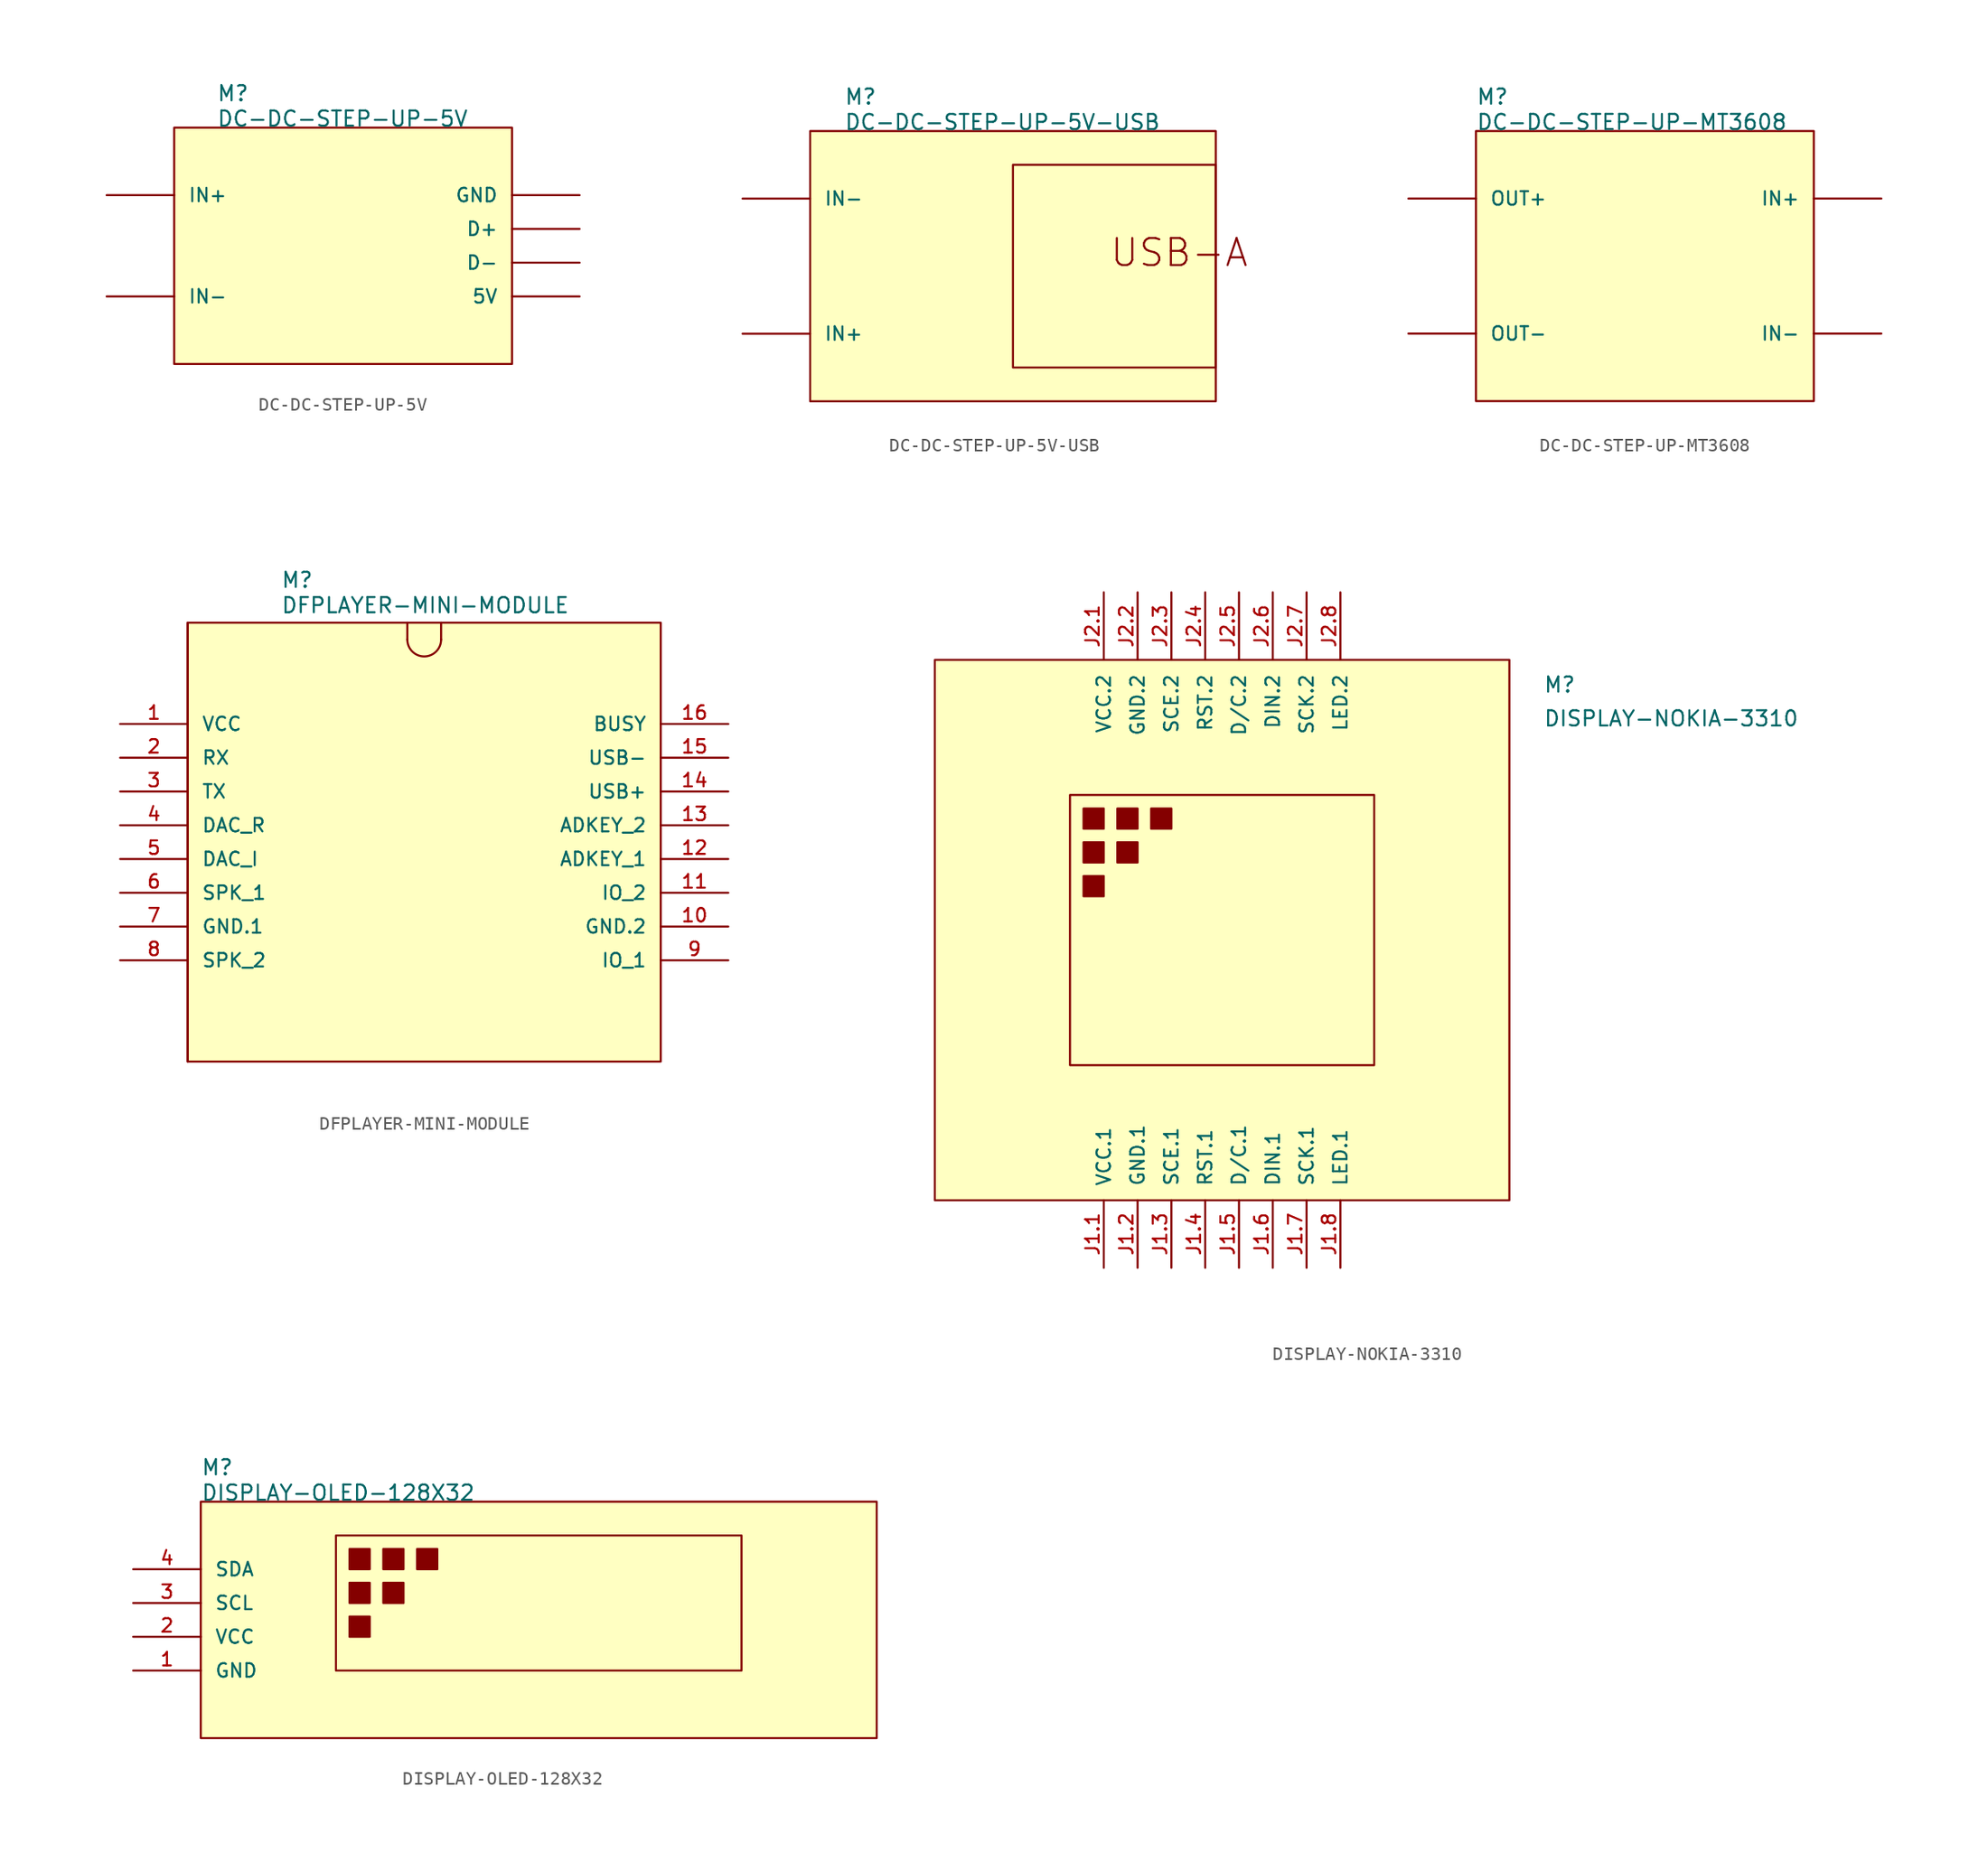
<source format=kicad_sym>
(kicad_symbol_lib
  (version 20211014)
  (generator kicad_symbol_editor)
  (symbol "DC-DC-STEP-UP-5V"
    (pin_numbers hide)
    (pin_names
      (offset 1.016))
    (property "Reference" "M"
      (at -9.525 10.795 0)
      (effects (font (size 1.143 1.143)) (justify left bottom)))
    (property "Value" "DC-DC-STEP-UP-5V"
      (at -9.525 8.89 0)
      (effects (font (size 1.143 1.143)) (justify left bottom)))
    (property "ki_locked" ""
      (at 0 0 0)
      (effects (font (size 1.27 1.27))))
    (symbol "DC-DC-STEP-UP-5V_1_0"
      (rectangle (start -12.7 8.89) (end 12.7 -8.89) (stroke (width 0) (type default) (color 0 0 0 0)) (fill (type background))))
    (symbol "DC-DC-STEP-UP-5V_1_1"
      (pin bidirectional line (at 17.78 -3.81 180) (length 5.08) (name "5V" (effects (font (size 1.016 1.016)))) (number "5V" (effects (font (size 1.016 1.016)))))
      (pin bidirectional line (at 17.78 1.27 180) (length 5.08) (name "D+" (effects (font (size 1.016 1.016)))) (number "D+" (effects (font (size 1.016 1.016)))))
      (pin bidirectional line (at 17.78 -1.27 180) (length 5.08) (name "D-" (effects (font (size 1.016 1.016)))) (number "D-" (effects (font (size 1.016 1.016)))))
      (pin bidirectional line (at 17.78 3.81 180) (length 5.08) (name "GND" (effects (font (size 1.016 1.016)))) (number "GND" (effects (font (size 1.016 1.016)))))
      (pin power_in line (at -17.78 3.81 0) (length 5.08) (name "IN+" (effects (font (size 1.016 1.016)))) (number "IN+" (effects (font (size 1.016 1.016)))))
      (pin power_in line (at -17.78 -3.81 0) (length 5.08) (name "IN-" (effects (font (size 1.016 1.016)))) (number "IN-" (effects (font (size 1.016 1.016)))))))
  (symbol "DC-DC-STEP-UP-5V-USB"
    (pin_numbers hide)
    (pin_names
      (offset 1.016))
    (property "Reference" "M"
      (at -12.7 12.065 0)
      (effects (font (size 1.143 1.143)) (justify left bottom)))
    (property "Value" "DC-DC-STEP-UP-5V-USB"
      (at -12.7 10.16 0)
      (effects (font (size 1.143 1.143)) (justify left bottom)))
    (property "ki_locked" ""
      (at 0 0 0)
      (effects (font (size 1.27 1.27))))
    (symbol "DC-DC-STEP-UP-5V-USB_1_0"
      (rectangle (start -15.24 10.16) (end 15.24 -10.16) (stroke (width 0) (type default) (color 0 0 0 0)) (fill (type background)))
      (rectangle (start 0 7.62) (end 15.24 -7.62) (stroke (width 0) (type default) (color 0 0 0 0)) (fill (type none)))
      (text "USB-A" (at 12.497 1.016 0) (effects (font (size 2.032 2.032)))))
    (symbol "DC-DC-STEP-UP-5V-USB_1_1"
      (pin power_in line (at -20.32 -5.08 0) (length 5.08) (name "IN+" (effects (font (size 1.016 1.016)))) (number "IN+" (effects (font (size 1.016 1.016)))))
      (pin power_in line (at -20.32 5.08 0) (length 5.08) (name "IN-" (effects (font (size 1.016 1.016)))) (number "IN-" (effects (font (size 1.016 1.016)))))))
  (symbol "DC-DC-STEP-UP-MT3608"
    (pin_numbers hide)
    (pin_names
      (offset 1.016))
    (property "Reference" "M"
      (at -12.7 12.065 0)
      (effects (font (size 1.143 1.143)) (justify left bottom)))
    (property "Value" "DC-DC-STEP-UP-MT3608"
      (at -12.7 10.16 0)
      (effects (font (size 1.143 1.143)) (justify left bottom)))
    (property "ki_locked" ""
      (at 0 0 0)
      (effects (font (size 1.27 1.27))))
    (symbol "DC-DC-STEP-UP-MT3608_1_0"
      (rectangle (start -12.7 10.16) (end 12.7 -10.16) (stroke (width 0) (type default) (color 0 0 0 0)) (fill (type background))))
    (symbol "DC-DC-STEP-UP-MT3608_1_1"
      (pin bidirectional line (at 17.78 5.08 180) (length 5.08) (name "IN+" (effects (font (size 1.016 1.016)))) (number "IN+" (effects (font (size 1.016 1.016)))))
      (pin bidirectional line (at 17.78 -5.08 180) (length 5.08) (name "IN-" (effects (font (size 1.016 1.016)))) (number "IN-" (effects (font (size 1.016 1.016)))))
      (pin bidirectional line (at -17.78 5.08 0) (length 5.08) (name "OUT+" (effects (font (size 1.016 1.016)))) (number "OUT+" (effects (font (size 1.016 1.016)))))
      (pin bidirectional line (at -17.78 -5.08 0) (length 5.08) (name "OUT-" (effects (font (size 1.016 1.016)))) (number "OUT-" (effects (font (size 1.016 1.016)))))))
  (symbol "DFPLAYER-MINI-MODULE"
    (pin_names
      (offset 1.016))
    (property "Reference" "M"
      (at -10.795 19.05 0)
      (effects (font (size 1.143 1.143)) (justify left bottom)))
    (property "Value" "DFPLAYER-MINI-MODULE"
      (at -10.795 17.145 0)
      (effects (font (size 1.143 1.143)) (justify left bottom)))
    (property "ki_locked" ""
      (at 0 0 0)
      (effects (font (size 1.27 1.27))))
    (symbol "DFPLAYER-MINI-MODULE_1_0"
      (rectangle (start -17.78 -16.51) (end 17.78 16.51) (stroke (width 0) (type default) (color 0 0 0 0)) (fill (type background)))
      (polyline (pts (xy -17.78 -16.51) (xy -17.78 16.51)) (stroke (width 0) (type default) (color 0 0 0 0)) (fill (type none)))
      (polyline (pts (xy -1.27 16.51) (xy -1.27 15.24)) (stroke (width 0) (type default) (color 0 0 0 0)) (fill (type none)))
      (polyline (pts (xy 1.27 16.51) (xy 1.27 15.24)) (stroke (width 0) (type default) (color 0 0 0 0)) (fill (type none))))
    (symbol "DFPLAYER-MINI-MODULE_1_1"
      (arc (start -1.27 15.24) (mid 0 13.97) (end 1.27 15.24) (stroke (width 0) (type default) (color 0 0 0 0)) (fill (type none)))
      (pin power_in line (at -22.86 8.89 0) (length 5.08) (name "VCC" (effects (font (size 1.016 1.016)))) (number "1" (effects (font (size 1.016 1.016)))))
      (pin power_in line (at 22.86 -6.35 180) (length 5.08) (name "GND.2" (effects (font (size 1.016 1.016)))) (number "10" (effects (font (size 1.016 1.016)))))
      (pin bidirectional line (at 22.86 -3.81 180) (length 5.08) (name "IO_2" (effects (font (size 1.016 1.016)))) (number "11" (effects (font (size 1.016 1.016)))))
      (pin bidirectional line (at 22.86 -1.27 180) (length 5.08) (name "ADKEY_1" (effects (font (size 1.016 1.016)))) (number "12" (effects (font (size 1.016 1.016)))))
      (pin bidirectional line (at 22.86 1.27 180) (length 5.08) (name "ADKEY_2" (effects (font (size 1.016 1.016)))) (number "13" (effects (font (size 1.016 1.016)))))
      (pin bidirectional line (at 22.86 3.81 180) (length 5.08) (name "USB+" (effects (font (size 1.016 1.016)))) (number "14" (effects (font (size 1.016 1.016)))))
      (pin bidirectional line (at 22.86 6.35 180) (length 5.08) (name "USB-" (effects (font (size 1.016 1.016)))) (number "15" (effects (font (size 1.016 1.016)))))
      (pin bidirectional line (at 22.86 8.89 180) (length 5.08) (name "BUSY" (effects (font (size 1.016 1.016)))) (number "16" (effects (font (size 1.016 1.016)))))
      (pin bidirectional line (at -22.86 6.35 0) (length 5.08) (name "RX" (effects (font (size 1.016 1.016)))) (number "2" (effects (font (size 1.016 1.016)))))
      (pin bidirectional line (at -22.86 3.81 0) (length 5.08) (name "TX" (effects (font (size 1.016 1.016)))) (number "3" (effects (font (size 1.016 1.016)))))
      (pin bidirectional line (at -22.86 1.27 0) (length 5.08) (name "DAC_R" (effects (font (size 1.016 1.016)))) (number "4" (effects (font (size 1.016 1.016)))))
      (pin bidirectional line (at -22.86 -1.27 0) (length 5.08) (name "DAC_I" (effects (font (size 1.016 1.016)))) (number "5" (effects (font (size 1.016 1.016)))))
      (pin bidirectional line (at -22.86 -3.81 0) (length 5.08) (name "SPK_1" (effects (font (size 1.016 1.016)))) (number "6" (effects (font (size 1.016 1.016)))))
      (pin power_in line (at -22.86 -6.35 0) (length 5.08) (name "GND.1" (effects (font (size 1.016 1.016)))) (number "7" (effects (font (size 1.016 1.016)))))
      (pin bidirectional line (at -22.86 -8.89 0) (length 5.08) (name "SPK_2" (effects (font (size 1.016 1.016)))) (number "8" (effects (font (size 1.016 1.016)))))
      (pin bidirectional line (at 22.86 -8.89 180) (length 5.08) (name "IO_1" (effects (font (size 1.016 1.016)))) (number "9" (effects (font (size 1.016 1.016)))))))
  (symbol "DISPLAY-NOKIA-3310"
    (pin_names
      (offset 1.016))
    (property "Reference" "M"
      (at 25.4 17.78 0)
      (effects (font (size 1.143 1.143)) (justify left bottom)))
    (property "Value" "DISPLAY-NOKIA-3310"
      (at 25.4 15.24 0)
      (effects (font (size 1.143 1.143)) (justify left bottom)))
    (property "ki_locked" ""
      (at 0 0 0)
      (effects (font (size 1.27 1.27))))
    (symbol "DISPLAY-NOKIA-3310_1_0"
      (rectangle (start -20.32 20.32) (end 22.86 -20.32) (stroke (width 0) (type default) (color 0 0 0 0)) (fill (type background)))
      (rectangle (start -10.16 10.16) (end 12.7 -10.16) (stroke (width 0) (type default) (color 0 0 0 0)) (fill (type none))))
    (symbol "DISPLAY-NOKIA-3310_1_1"
      (rectangle (start -9.144 2.54) (end -7.62 4.064) (stroke (width 0) (type default) (color 0 0 0 0)) (fill (type outline)))
      (rectangle (start -9.144 5.08) (end -7.62 6.604) (stroke (width 0) (type default) (color 0 0 0 0)) (fill (type outline)))
      (rectangle (start -9.144 7.62) (end -7.62 9.144) (stroke (width 0) (type default) (color 0 0 0 0)) (fill (type outline)))
      (rectangle (start -6.604 5.08) (end -5.08 6.604) (stroke (width 0) (type default) (color 0 0 0 0)) (fill (type outline)))
      (rectangle (start -6.604 7.62) (end -5.08 9.144) (stroke (width 0) (type default) (color 0 0 0 0)) (fill (type outline)))
      (rectangle (start -4.064 7.62) (end -2.54 9.144) (stroke (width 0) (type default) (color 0 0 0 0)) (fill (type outline)))
      (pin power_in line (at -7.62 -25.4 90) (length 5.08) (name "VCC.1" (effects (font (size 1.016 1.016)))) (number "J1.1" (effects (font (size 1.016 1.016)))))
      (pin power_in line (at -5.08 -25.4 90) (length 5.08) (name "GND.1" (effects (font (size 1.016 1.016)))) (number "J1.2" (effects (font (size 1.016 1.016)))))
      (pin bidirectional line (at -2.54 -25.4 90) (length 5.08) (name "SCE.1" (effects (font (size 1.016 1.016)))) (number "J1.3" (effects (font (size 1.016 1.016)))))
      (pin bidirectional line (at 0 -25.4 90) (length 5.08) (name "RST.1" (effects (font (size 1.016 1.016)))) (number "J1.4" (effects (font (size 1.016 1.016)))))
      (pin bidirectional line (at 2.54 -25.4 90) (length 5.08) (name "D/C.1" (effects (font (size 1.016 1.016)))) (number "J1.5" (effects (font (size 1.016 1.016)))))
      (pin bidirectional line (at 5.08 -25.4 90) (length 5.08) (name "DIN.1" (effects (font (size 1.016 1.016)))) (number "J1.6" (effects (font (size 1.016 1.016)))))
      (pin bidirectional line (at 7.62 -25.4 90) (length 5.08) (name "SCK.1" (effects (font (size 1.016 1.016)))) (number "J1.7" (effects (font (size 1.016 1.016)))))
      (pin input line (at 10.16 -25.4 90) (length 5.08) (name "LED.1" (effects (font (size 1.016 1.016)))) (number "J1.8" (effects (font (size 1.016 1.016)))))
      (pin power_in line (at -7.62 25.4 270) (length 5.08) (name "VCC.2" (effects (font (size 1.016 1.016)))) (number "J2.1" (effects (font (size 1.016 1.016)))))
      (pin power_in line (at -5.08 25.4 270) (length 5.08) (name "GND.2" (effects (font (size 1.016 1.016)))) (number "J2.2" (effects (font (size 1.016 1.016)))))
      (pin bidirectional line (at -2.54 25.4 270) (length 5.08) (name "SCE.2" (effects (font (size 1.016 1.016)))) (number "J2.3" (effects (font (size 1.016 1.016)))))
      (pin bidirectional line (at 0 25.4 270) (length 5.08) (name "RST.2" (effects (font (size 1.016 1.016)))) (number "J2.4" (effects (font (size 1.016 1.016)))))
      (pin bidirectional line (at 2.54 25.4 270) (length 5.08) (name "D/C.2" (effects (font (size 1.016 1.016)))) (number "J2.5" (effects (font (size 1.016 1.016)))))
      (pin bidirectional line (at 5.08 25.4 270) (length 5.08) (name "DIN.2" (effects (font (size 1.016 1.016)))) (number "J2.6" (effects (font (size 1.016 1.016)))))
      (pin bidirectional line (at 7.62 25.4 270) (length 5.08) (name "SCK.2" (effects (font (size 1.016 1.016)))) (number "J2.7" (effects (font (size 1.016 1.016)))))
      (pin input line (at 10.16 25.4 270) (length 5.08) (name "LED.2" (effects (font (size 1.016 1.016)))) (number "J2.8" (effects (font (size 1.016 1.016)))))))
  (symbol "DISPLAY-OLED-128X32"
    (pin_names
      (offset 1.016))
    (property "Reference" "M"
      (at -25.4 9.525 0)
      (effects (font (size 1.143 1.143)) (justify left bottom)))
    (property "Value" "DISPLAY-OLED-128X32"
      (at -25.4 7.62 0)
      (effects (font (size 1.143 1.143)) (justify left bottom)))
    (property "ki_locked" ""
      (at 0 0 0)
      (effects (font (size 1.27 1.27))))
    (symbol "DISPLAY-OLED-128X32_1_0"
      (rectangle (start -25.4 7.62) (end 25.4 -10.16) (stroke (width 0) (type default) (color 0 0 0 0)) (fill (type background)))
      (rectangle (start -15.24 5.08) (end 15.24 -5.08) (stroke (width 0) (type default) (color 0 0 0 0)) (fill (type none))))
    (symbol "DISPLAY-OLED-128X32_1_1"
      (rectangle (start -14.224 -2.54) (end -12.7 -1.016) (stroke (width 0) (type default) (color 0 0 0 0)) (fill (type outline)))
      (rectangle (start -14.224 0) (end -12.7 1.524) (stroke (width 0) (type default) (color 0 0 0 0)) (fill (type outline)))
      (rectangle (start -14.224 2.54) (end -12.7 4.064) (stroke (width 0) (type default) (color 0 0 0 0)) (fill (type outline)))
      (rectangle (start -11.684 0) (end -10.16 1.524) (stroke (width 0) (type default) (color 0 0 0 0)) (fill (type outline)))
      (rectangle (start -11.684 2.54) (end -10.16 4.064) (stroke (width 0) (type default) (color 0 0 0 0)) (fill (type outline)))
      (rectangle (start -9.144 2.54) (end -7.62 4.064) (stroke (width 0) (type default) (color 0 0 0 0)) (fill (type outline)))
      (pin power_in line (at -30.48 -5.08 0) (length 5.08) (name "GND" (effects (font (size 1.016 1.016)))) (number "1" (effects (font (size 1.016 1.016)))))
      (pin power_in line (at -30.48 -2.54 0) (length 5.08) (name "VCC" (effects (font (size 1.016 1.016)))) (number "2" (effects (font (size 1.016 1.016)))))
      (pin bidirectional line (at -30.48 0 0) (length 5.08) (name "SCL" (effects (font (size 1.016 1.016)))) (number "3" (effects (font (size 1.016 1.016)))))
      (pin bidirectional line (at -30.48 2.54 0) (length 5.08) (name "SDA" (effects (font (size 1.016 1.016)))) (number "4" (effects (font (size 1.016 1.016))))))))
</source>
